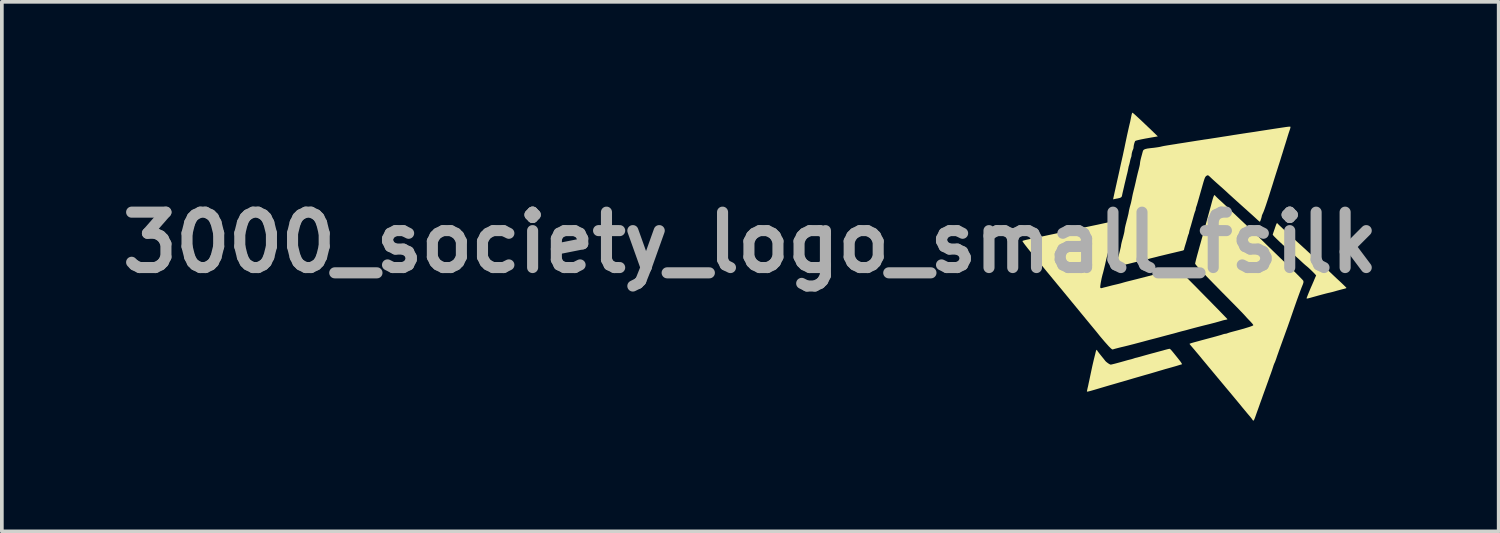
<source format=kicad_pcb>
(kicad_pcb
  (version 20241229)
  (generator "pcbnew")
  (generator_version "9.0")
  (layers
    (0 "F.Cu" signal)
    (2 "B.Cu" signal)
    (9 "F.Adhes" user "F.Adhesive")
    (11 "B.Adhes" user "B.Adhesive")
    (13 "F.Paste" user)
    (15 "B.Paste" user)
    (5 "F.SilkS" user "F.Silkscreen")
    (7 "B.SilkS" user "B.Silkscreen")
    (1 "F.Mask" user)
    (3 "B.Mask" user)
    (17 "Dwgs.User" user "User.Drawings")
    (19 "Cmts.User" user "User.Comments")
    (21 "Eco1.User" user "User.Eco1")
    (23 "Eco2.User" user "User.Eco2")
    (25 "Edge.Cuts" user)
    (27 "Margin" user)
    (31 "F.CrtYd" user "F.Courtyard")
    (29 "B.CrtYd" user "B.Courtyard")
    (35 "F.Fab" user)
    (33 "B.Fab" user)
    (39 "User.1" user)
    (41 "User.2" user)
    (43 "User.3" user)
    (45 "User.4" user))
  (footprint "3000_society_logo_small_fsilk"
    (layer "F.Cu")
    (at 28.774 4.156)
    (property "Reference" "3000_society_logo_small_fsilk" (at -11.51 -0.64 0) (layer "F.Fab") (effects (font (size 1.5 1.5) (thickness 0.3))))
    (attr board_only exclude_from_pos_files exclude_from_bom)
    (fp_poly (pts (xy -1.148 -4.146) (xy -1.115 -4.119) (xy -1.066 -4.075) (xy -1.002 -4.016) (xy -0.924 -3.944) (xy -0.835 -3.859) (xy -0.735 -3.764) (xy -0.626 -3.66) (xy -0.585 -3.62) (xy -0.474 -3.513) (xy -0.522 -3.505) (xy -0.683 -3.477) (xy -0.818 -3.453) (xy -0.925 -3.432) (xy -1.005 -3.414) (xy -1.059 -3.4) (xy -1.086 -3.389) (xy -1.089 -3.385) (xy -1.108 -3.338) (xy -1.122 -3.284) (xy -1.13 -3.237) (xy -1.13 -3.229) (xy -1.134 -3.192) (xy -1.142 -3.168) (xy -1.162 -3.119) (xy -1.178 -3.062) (xy -1.185 -3.014) (xy -1.185 -3.008) (xy -1.19 -2.97) (xy -1.198 -2.946) (xy -1.207 -2.92) (xy -1.219 -2.877) (xy -1.227 -2.839) (xy -1.238 -2.79) (xy -1.249 -2.748) (xy -1.255 -2.728) (xy -1.265 -2.695) (xy -1.273 -2.653) (xy -1.273 -2.652) (xy -1.28 -2.616) (xy -1.291 -2.563) (xy -1.305 -2.503) (xy -1.31 -2.486) (xy -1.326 -2.42) (xy -1.345 -2.339) (xy -1.365 -2.257) (xy -1.375 -2.216) (xy -1.39 -2.148) (xy -1.405 -2.084) (xy -1.417 -2.033) (xy -1.423 -2.008) (xy -1.434 -1.959) (xy -1.443 -1.913) (xy -1.444 -1.908) (xy -1.453 -1.881) (xy -1.472 -1.861) (xy -1.506 -1.846) (xy -1.561 -1.833) (xy -1.592 -1.828) (xy -1.631 -1.82) (xy -1.661 -1.813) (xy -1.664 -1.811) (xy -1.682 -1.81) (xy -1.684 -1.814) (xy -1.681 -1.829) (xy -1.673 -1.868) (xy -1.66 -1.927) (xy -1.644 -2.002) (xy -1.624 -2.09) (xy -1.603 -2.187) (xy -1.601 -2.193) (xy -1.579 -2.294) (xy -1.557 -2.39) (xy -1.538 -2.476) (xy -1.522 -2.548) (xy -1.51 -2.602) (xy -1.504 -2.631) (xy -1.496 -2.669) (xy -1.483 -2.728) (xy -1.467 -2.8) (xy -1.449 -2.878) (xy -1.441 -2.915) (xy -1.42 -3.007) (xy -1.399 -3.107) (xy -1.378 -3.204) (xy -1.361 -3.287) (xy -1.358 -3.302) (xy -1.308 -3.539) (xy -1.26 -3.754) (xy -1.239 -3.844) (xy -1.222 -3.914) (xy -1.207 -3.988) (xy -1.194 -4.053) (xy -1.193 -4.059) (xy -1.183 -4.106) (xy -1.172 -4.141) (xy -1.163 -4.155) (xy -1.162 -4.156)) (stroke (width 0) (type solid)) (fill yes) (layer "F.SilkS"))
    (fp_poly (pts (xy 2.76 -1.163) (xy 2.768 -1.154) (xy 2.784 -1.137) (xy 2.816 -1.105) (xy 2.858 -1.065) (xy 2.895 -1.03) (xy 2.928 -1) (xy 2.961 -0.968) (xy 2.998 -0.934) (xy 3.041 -0.895) (xy 3.091 -0.849) (xy 3.151 -0.794) (xy 3.223 -0.728) (xy 3.31 -0.648) (xy 3.415 -0.553) (xy 3.476 -0.497) (xy 3.544 -0.435) (xy 3.615 -0.369) (xy 3.682 -0.306) (xy 3.739 -0.254) (xy 3.753 -0.24) (xy 3.807 -0.19) (xy 3.86 -0.14) (xy 3.906 -0.099) (xy 3.927 -0.08) (xy 3.96 -0.05) (xy 4.007 -0.007) (xy 4.063 0.046) (xy 4.122 0.101) (xy 4.134 0.113) (xy 4.198 0.173) (xy 4.274 0.245) (xy 4.354 0.321) (xy 4.431 0.392) (xy 4.457 0.416) (xy 4.514 0.47) (xy 4.564 0.518) (xy 4.603 0.556) (xy 4.627 0.582) (xy 4.634 0.591) (xy 4.621 0.599) (xy 4.589 0.609) (xy 4.554 0.618) (xy 4.502 0.631) (xy 4.435 0.649) (xy 4.368 0.667) (xy 4.356 0.671) (xy 4.296 0.688) (xy 4.24 0.703) (xy 4.198 0.713) (xy 4.19 0.715) (xy 4.136 0.727) (xy 4.06 0.746) (xy 3.97 0.77) (xy 3.87 0.797) (xy 3.767 0.826) (xy 3.726 0.837) (xy 3.653 0.858) (xy 3.602 0.871) (xy 3.571 0.877) (xy 3.556 0.876) (xy 3.553 0.872) (xy 3.558 0.855) (xy 3.572 0.819) (xy 3.592 0.767) (xy 3.617 0.706) (xy 3.644 0.641) (xy 3.671 0.577) (xy 3.697 0.519) (xy 3.705 0.501) (xy 3.724 0.456) (xy 3.741 0.418) (xy 3.747 0.404) (xy 3.761 0.369) (xy 3.779 0.327) (xy 3.796 0.288) (xy 3.809 0.261) (xy 3.812 0.255) (xy 3.804 0.242) (xy 3.781 0.215) (xy 3.745 0.178) (xy 3.701 0.134) (xy 3.654 0.089) (xy 3.607 0.045) (xy 3.564 0.008) (xy 3.548 -0.005) (xy 3.519 -0.029) (xy 3.477 -0.066) (xy 3.428 -0.111) (xy 3.393 -0.144) (xy 3.342 -0.191) (xy 3.277 -0.25) (xy 3.206 -0.315) (xy 3.135 -0.378) (xy 3.11 -0.4) (xy 2.998 -0.499) (xy 2.899 -0.589) (xy 2.814 -0.669) (xy 2.744 -0.736) (xy 2.69 -0.789) (xy 2.654 -0.828) (xy 2.638 -0.851) (xy 2.637 -0.855) (xy 2.643 -0.874) (xy 2.656 -0.914) (xy 2.674 -0.966) (xy 2.688 -1.006) (xy 2.712 -1.076) (xy 2.729 -1.124) (xy 2.742 -1.152) (xy 2.751 -1.164)) (stroke (width 0) (type solid)) (fill yes) (layer "F.SilkS"))
    (fp_poly (pts (xy -0.147 2.241) (xy -0.133 2.252) (xy -0.111 2.274) (xy -0.081 2.309) (xy -0.04 2.359) (xy 0.014 2.426) (xy 0.083 2.512) (xy 0.086 2.516) (xy 0.133 2.576) (xy 0.162 2.618) (xy 0.177 2.644) (xy 0.178 2.657) (xy 0.171 2.661) (xy 0.152 2.665) (xy 0.118 2.675) (xy 0.105 2.679) (xy 0.054 2.695) (xy 0.001 2.711) (xy -0.067 2.73) (xy -0.086 2.736) (xy -0.137 2.75) (xy -0.189 2.765) (xy -0.19 2.765) (xy -0.237 2.778) (xy -0.281 2.79) (xy -0.283 2.791) (xy -0.311 2.799) (xy -0.36 2.814) (xy -0.423 2.832) (xy -0.494 2.853) (xy -0.519 2.861) (xy -0.601 2.885) (xy -0.685 2.91) (xy -0.763 2.932) (xy -0.824 2.949) (xy -0.831 2.951) (xy -0.889 2.968) (xy -0.965 2.99) (xy -1.049 3.014) (xy -1.132 3.038) (xy -1.142 3.041) (xy -1.223 3.065) (xy -1.284 3.083) (xy -1.333 3.098) (xy -1.377 3.11) (xy -1.423 3.124) (xy -1.48 3.14) (xy -1.516 3.15) (xy -1.556 3.162) (xy -1.618 3.18) (xy -1.697 3.203) (xy -1.788 3.229) (xy -1.886 3.258) (xy -1.974 3.284) (xy -2.092 3.319) (xy -2.186 3.347) (xy -2.259 3.368) (xy -2.313 3.383) (xy -2.35 3.392) (xy -2.375 3.397) (xy -2.389 3.397) (xy -2.394 3.392) (xy -2.394 3.385) (xy -2.392 3.374) (xy -2.389 3.365) (xy -2.381 3.324) (xy -2.37 3.277) (xy -2.368 3.27) (xy -2.36 3.235) (xy -2.349 3.18) (xy -2.334 3.113) (xy -2.319 3.041) (xy -2.319 3.041) (xy -2.29 2.903) (xy -2.266 2.79) (xy -2.246 2.697) (xy -2.229 2.623) (xy -2.215 2.564) (xy -2.204 2.516) (xy -2.198 2.494) (xy -2.183 2.433) (xy -2.167 2.37) (xy -2.16 2.338) (xy -2.149 2.298) (xy -2.138 2.271) (xy -2.132 2.265) (xy -2.119 2.276) (xy -2.119 2.278) (xy -2.111 2.293) (xy -2.088 2.325) (xy -2.055 2.368) (xy -2.015 2.418) (xy -1.974 2.469) (xy -1.938 2.513) (xy -1.912 2.546) (xy -1.901 2.561) (xy -1.88 2.584) (xy -1.846 2.612) (xy -1.808 2.639) (xy -1.773 2.659) (xy -1.752 2.667) (xy -1.732 2.664) (xy -1.69 2.654) (xy -1.633 2.64) (xy -1.566 2.622) (xy -1.495 2.603) (xy -1.424 2.583) (xy -1.36 2.565) (xy -1.336 2.558) (xy -1.298 2.547) (xy -1.247 2.534) (xy -1.226 2.529) (xy -1.179 2.517) (xy -1.141 2.505) (xy -1.129 2.501) (xy -1.092 2.488) (xy -1.066 2.482) (xy -1.028 2.473) (xy -0.985 2.461) (xy -0.983 2.461) (xy -0.919 2.443) (xy -0.856 2.425) (xy -0.785 2.405) (xy -0.702 2.382) (xy -0.599 2.354) (xy -0.581 2.35) (xy -0.502 2.328) (xy -0.417 2.305) (xy -0.338 2.284) (xy -0.297 2.272) (xy -0.241 2.257) (xy -0.194 2.245) (xy -0.163 2.239) (xy -0.156 2.238)) (stroke (width 0) (type solid)) (fill yes) (layer "F.SilkS"))
    (fp_poly (pts (xy 1.075 -1.917) (xy 1.076 -1.912) (xy 1.086 -1.899) (xy 1.113 -1.872) (xy 1.152 -1.834) (xy 1.2 -1.789) (xy 1.205 -1.786) (xy 1.266 -1.73) (xy 1.338 -1.663) (xy 1.412 -1.594) (xy 1.478 -1.53) (xy 1.533 -1.478) (xy 1.602 -1.412) (xy 1.681 -1.337) (xy 1.763 -1.259) (xy 1.844 -1.183) (xy 1.866 -1.162) (xy 1.951 -1.082) (xy 2.048 -0.989) (xy 2.15 -0.891) (xy 2.251 -0.794) (xy 2.343 -0.704) (xy 2.365 -0.683) (xy 2.435 -0.614) (xy 2.521 -0.53) (xy 2.619 -0.436) (xy 2.724 -0.334) (xy 2.832 -0.229) (xy 2.94 -0.126) (xy 3.037 -0.033) (xy 3.127 0.054) (xy 3.211 0.135) (xy 3.286 0.21) (xy 3.351 0.275) (xy 3.404 0.329) (xy 3.442 0.369) (xy 3.462 0.393) (xy 3.466 0.398) (xy 3.47 0.433) (xy 3.458 0.479) (xy 3.454 0.49) (xy 3.422 0.569) (xy 3.383 0.671) (xy 3.339 0.791) (xy 3.29 0.926) (xy 3.239 1.071) (xy 3.196 1.194) (xy 3.163 1.29) (xy 3.13 1.385) (xy 3.1 1.473) (xy 3.073 1.549) (xy 3.053 1.606) (xy 3.047 1.624) (xy 2.989 1.783) (xy 2.94 1.919) (xy 2.898 2.035) (xy 2.863 2.132) (xy 2.833 2.215) (xy 2.808 2.284) (xy 2.787 2.345) (xy 2.768 2.398) (xy 2.751 2.447) (xy 2.737 2.49) (xy 2.717 2.546) (xy 2.7 2.592) (xy 2.687 2.621) (xy 2.683 2.628) (xy 2.674 2.649) (xy 2.66 2.686) (xy 2.652 2.712) (xy 2.639 2.752) (xy 2.62 2.81) (xy 2.596 2.879) (xy 2.57 2.951) (xy 2.569 2.954) (xy 2.548 3.01) (xy 2.521 3.088) (xy 2.487 3.182) (xy 2.449 3.288) (xy 2.408 3.401) (xy 2.366 3.517) (xy 2.345 3.578) (xy 2.305 3.687) (xy 2.268 3.792) (xy 2.233 3.889) (xy 2.203 3.972) (xy 2.179 4.04) (xy 2.162 4.088) (xy 2.155 4.108) (xy 2.135 4.157) (xy 2.119 4.181) (xy 2.105 4.183) (xy 2.09 4.163) (xy 2.088 4.159) (xy 2.071 4.134) (xy 2.042 4.097) (xy 2.015 4.064) (xy 1.983 4.027) (xy 1.939 3.975) (xy 1.889 3.915) (xy 1.839 3.854) (xy 1.838 3.854) (xy 1.784 3.788) (xy 1.727 3.718) (xy 1.673 3.653) (xy 1.634 3.606) (xy 1.585 3.547) (xy 1.531 3.482) (xy 1.483 3.424) (xy 1.472 3.411) (xy 1.37 3.29) (xy 1.257 3.154) (xy 1.138 3.012) (xy 1.021 2.871) (xy 0.909 2.737) (xy 0.814 2.622) (xy 0.733 2.525) (xy 0.666 2.443) (xy 0.61 2.376) (xy 0.564 2.322) (xy 0.527 2.277) (xy 0.497 2.242) (xy 0.472 2.213) (xy 0.452 2.189) (xy 0.419 2.151) (xy 0.395 2.121) (xy 0.384 2.106) (xy 0.384 2.105) (xy 0.388 2.101) (xy 0.403 2.095) (xy 0.43 2.085) (xy 0.474 2.072) (xy 0.535 2.055) (xy 0.617 2.033) (xy 0.722 2.004) (xy 0.771 1.991) (xy 0.86 1.967) (xy 0.942 1.945) (xy 1.014 1.926) (xy 1.071 1.91) (xy 1.106 1.901) (xy 1.111 1.899) (xy 1.161 1.885) (xy 1.21 1.871) (xy 1.215 1.87) (xy 1.258 1.857) (xy 1.294 1.844) (xy 1.295 1.844) (xy 1.332 1.834) (xy 1.354 1.832) (xy 1.391 1.825) (xy 1.406 1.819) (xy 1.43 1.81) (xy 1.473 1.796) (xy 1.526 1.781) (xy 1.541 1.777) (xy 1.681 1.74) (xy 1.805 1.706) (xy 1.91 1.675) (xy 1.995 1.649) (xy 2.058 1.627) (xy 2.098 1.61) (xy 2.112 1.599) (xy 2.105 1.584) (xy 2.082 1.554) (xy 2.047 1.515) (xy 2.023 1.489) (xy 1.976 1.441) (xy 1.931 1.393) (xy 1.896 1.353) (xy 1.885 1.342) (xy 1.866 1.32) (xy 1.83 1.282) (xy 1.779 1.229) (xy 1.715 1.163) (xy 1.642 1.088) (xy 1.56 1.005) (xy 1.474 0.918) (xy 1.449 0.892) (xy 1.28 0.722) (xy 1.131 0.57) (xy 1 0.436) (xy 0.887 0.32) (xy 0.791 0.221) (xy 0.711 0.137) (xy 0.647 0.068) (xy 0.598 0.014) (xy 0.564 -0.026) (xy 0.543 -0.053) (xy 0.536 -0.068) (xy 0.536 -0.068) (xy 0.54 -0.091) (xy 0.551 -0.138) (xy 0.568 -0.206) (xy 0.591 -0.293) (xy 0.62 -0.397) (xy 0.652 -0.515) (xy 0.674 -0.593) (xy 0.683 -0.624) (xy 0.697 -0.675) (xy 0.715 -0.74) (xy 0.736 -0.814) (xy 0.744 -0.843) (xy 0.765 -0.918) (xy 0.784 -0.987) (xy 0.8 -1.044) (xy 0.811 -1.083) (xy 0.813 -1.092) (xy 0.83 -1.154) (xy 0.852 -1.234) (xy 0.877 -1.325) (xy 0.904 -1.422) (xy 0.931 -1.52) (xy 0.957 -1.613) (xy 0.979 -1.696) (xy 0.997 -1.762) (xy 1.008 -1.802) (xy 1.026 -1.86) (xy 1.042 -1.902) (xy 1.056 -1.922) (xy 1.059 -1.924)) (stroke (width 0) (type solid)) (fill yes) (layer "F.SilkS"))
    (fp_poly (pts (xy -1.626 -1.215) (xy -1.63 -1.192) (xy -1.639 -1.156) (xy -1.647 -1.131) (xy -1.654 -1.105) (xy -1.663 -1.065) (xy -1.665 -1.055) (xy -1.674 -1.015) (xy -1.687 -0.958) (xy -1.702 -0.898) (xy -1.704 -0.889) (xy -1.733 -0.767) (xy -1.76 -0.659) (xy -1.781 -0.566) (xy -1.798 -0.493) (xy -1.808 -0.442) (xy -1.812 -0.425) (xy -1.819 -0.386) (xy -1.827 -0.357) (xy -1.827 -0.355) (xy -1.834 -0.332) (xy -1.845 -0.289) (xy -1.859 -0.232) (xy -1.875 -0.168) (xy -1.889 -0.104) (xy -1.899 -0.058) (xy -1.912 -0.003) (xy -1.928 0.064) (xy -1.945 0.132) (xy -1.96 0.191) (xy -1.969 0.22) (xy -1.982 0.271) (xy -1.997 0.334) (xy -2.01 0.4) (xy -2.022 0.464) (xy -2.03 0.52) (xy -2.034 0.561) (xy -2.034 0.58) (xy -2.017 0.597) (xy -1.993 0.595) (xy -1.963 0.586) (xy -1.918 0.574) (xy -1.879 0.565) (xy -1.825 0.551) (xy -1.774 0.538) (xy -1.748 0.531) (xy -1.709 0.521) (xy -1.655 0.508) (xy -1.602 0.496) (xy -1.548 0.483) (xy -1.501 0.471) (xy -1.47 0.463) (xy -1.413 0.446) (xy -1.33 0.423) (xy -1.235 0.399) (xy -1.189 0.388) (xy -1.123 0.371) (xy -1.046 0.352) (xy -0.965 0.331) (xy -0.937 0.324) (xy -0.758 0.278) (xy -0.604 0.238) (xy -0.473 0.204) (xy -0.363 0.176) (xy -0.272 0.153) (xy -0.197 0.134) (xy -0.138 0.119) (xy -0.092 0.107) (xy -0.056 0.098) (xy -0.03 0.092) (xy -0.011 0.087) (xy 0.003 0.084) (xy 0.014 0.082) (xy 0.024 0.08) (xy 0.033 0.079) (xy 0.042 0.078) (xy 0.052 0.081) (xy 0.066 0.087) (xy 0.083 0.099) (xy 0.106 0.118) (xy 0.137 0.145) (xy 0.176 0.181) (xy 0.225 0.228) (xy 0.285 0.288) (xy 0.358 0.361) (xy 0.446 0.45) (xy 0.55 0.554) (xy 0.67 0.677) (xy 0.743 0.751) (xy 0.855 0.865) (xy 0.962 0.973) (xy 1.06 1.074) (xy 1.15 1.165) (xy 1.229 1.247) (xy 1.296 1.316) (xy 1.349 1.371) (xy 1.387 1.41) (xy 1.408 1.433) (xy 1.412 1.437) (xy 1.4 1.444) (xy 1.369 1.452) (xy 1.36 1.453) (xy 1.315 1.462) (xy 1.276 1.472) (xy 1.273 1.473) (xy 1.238 1.484) (xy 1.192 1.497) (xy 1.176 1.502) (xy 1.128 1.515) (xy 1.083 1.528) (xy 1.072 1.531) (xy 1.037 1.54) (xy 0.986 1.553) (xy 0.941 1.565) (xy 0.864 1.584) (xy 0.778 1.605) (xy 0.688 1.628) (xy 0.598 1.651) (xy 0.514 1.673) (xy 0.44 1.693) (xy 0.38 1.709) (xy 0.341 1.72) (xy 0.331 1.723) (xy 0.283 1.736) (xy 0.232 1.749) (xy 0.227 1.75) (xy 0.175 1.763) (xy 0.123 1.777) (xy 0.12 1.778) (xy 0.068 1.792) (xy 0.017 1.807) (xy 0.016 1.807) (xy -0.034 1.821) (xy -0.083 1.834) (xy -0.085 1.834) (xy -0.134 1.847) (xy -0.182 1.86) (xy -0.218 1.869) (xy -0.277 1.885) (xy -0.356 1.906) (xy -0.449 1.931) (xy -0.555 1.959) (xy -0.668 1.988) (xy -0.688 1.993) (xy -0.755 2.011) (xy -0.825 2.03) (xy -0.883 2.046) (xy -0.895 2.049) (xy -0.959 2.066) (xy -1.035 2.086) (xy -1.117 2.108) (xy -1.2 2.129) (xy -1.277 2.149) (xy -1.342 2.165) (xy -1.391 2.177) (xy -1.408 2.181) (xy -1.46 2.193) (xy -1.521 2.208) (xy -1.582 2.224) (xy -1.636 2.238) (xy -1.676 2.25) (xy -1.693 2.256) (xy -1.713 2.252) (xy -1.746 2.227) (xy -1.792 2.181) (xy -1.797 2.177) (xy -1.915 2.045) (xy -2.036 1.902) (xy -2.074 1.855) (xy -2.105 1.816) (xy -2.148 1.763) (xy -2.197 1.704) (xy -2.24 1.652) (xy -2.294 1.587) (xy -2.357 1.51) (xy -2.422 1.432) (xy -2.474 1.368) (xy -2.556 1.269) (xy -2.622 1.188) (xy -2.675 1.124) (xy -2.717 1.073) (xy -2.749 1.033) (xy -2.775 1.002) (xy -2.797 0.976) (xy -2.815 0.954) (xy -2.848 0.914) (xy -2.89 0.862) (xy -2.932 0.811) (xy -2.936 0.807) (xy -2.967 0.768) (xy -3.013 0.713) (xy -3.067 0.647) (xy -3.127 0.575) (xy -3.188 0.501) (xy -3.192 0.497) (xy -3.253 0.422) (xy -3.315 0.348) (xy -3.371 0.279) (xy -3.419 0.221) (xy -3.454 0.179) (xy -3.455 0.178) (xy -3.543 0.07) (xy -3.624 -0.029) (xy -3.695 -0.117) (xy -3.755 -0.189) (xy -3.801 -0.245) (xy -3.817 -0.264) (xy -3.88 -0.339) (xy -3.941 -0.413) (xy -3.998 -0.484) (xy -4.049 -0.549) (xy -4.091 -0.604) (xy -4.121 -0.647) (xy -4.138 -0.673) (xy -4.141 -0.68) (xy -4.126 -0.688) (xy -4.09 -0.699) (xy -4.038 -0.712) (xy -3.985 -0.724) (xy -3.916 -0.738) (xy -3.829 -0.756) (xy -3.734 -0.776) (xy -3.64 -0.796) (xy -3.604 -0.804) (xy -3.52 -0.822) (xy -3.436 -0.84) (xy -3.361 -0.856) (xy -3.302 -0.868) (xy -3.279 -0.873) (xy -3.229 -0.884) (xy -3.16 -0.899) (xy -3.081 -0.916) (xy -2.999 -0.933) (xy -2.981 -0.937) (xy -2.892 -0.957) (xy -2.795 -0.977) (xy -2.702 -0.997) (xy -2.625 -1.013) (xy -2.621 -1.014) (xy -2.543 -1.03) (xy -2.467 -1.046) (xy -2.389 -1.063) (xy -2.304 -1.081) (xy -2.209 -1.101) (xy -2.099 -1.124) (xy -1.971 -1.152) (xy -1.819 -1.185) (xy -1.817 -1.185) (xy -1.756 -1.199) (xy -1.703 -1.211) (xy -1.665 -1.22) (xy -1.653 -1.223) (xy -1.632 -1.227)) (stroke (width 0) (type solid)) (fill yes) (layer "F.SilkS"))
    (fp_poly (pts (xy 3.106 -3.777) (xy 3.114 -3.775) (xy 3.117 -3.772) (xy 3.117 -3.767) (xy 3.117 -3.761) (xy 3.117 -3.761) (xy 3.112 -3.734) (xy 3.101 -3.695) (xy 3.097 -3.686) (xy 3.085 -3.651) (xy 3.067 -3.597) (xy 3.047 -3.534) (xy 3.033 -3.488) (xy 3.012 -3.419) (xy 2.991 -3.351) (xy 2.973 -3.293) (xy 2.964 -3.267) (xy 2.95 -3.22) (xy 2.93 -3.157) (xy 2.909 -3.087) (xy 2.896 -3.045) (xy 2.875 -2.98) (xy 2.85 -2.897) (xy 2.821 -2.805) (xy 2.791 -2.713) (xy 2.778 -2.671) (xy 2.748 -2.577) (xy 2.715 -2.474) (xy 2.683 -2.372) (xy 2.655 -2.283) (xy 2.647 -2.255) (xy 2.591 -2.078) (xy 2.541 -1.92) (xy 2.496 -1.782) (xy 2.457 -1.664) (xy 2.424 -1.568) (xy 2.398 -1.497) (xy 2.379 -1.45) (xy 2.373 -1.438) (xy 2.355 -1.399) (xy 2.343 -1.369) (xy 2.341 -1.36) (xy 2.337 -1.335) (xy 2.327 -1.298) (xy 2.314 -1.258) (xy 2.301 -1.223) (xy 2.291 -1.204) (xy 2.288 -1.202) (xy 2.274 -1.211) (xy 2.246 -1.234) (xy 2.216 -1.261) (xy 2.186 -1.289) (xy 2.14 -1.331) (xy 2.082 -1.384) (xy 2.016 -1.443) (xy 1.948 -1.504) (xy 1.946 -1.506) (xy 1.831 -1.609) (xy 1.734 -1.696) (xy 1.653 -1.769) (xy 1.584 -1.831) (xy 1.526 -1.884) (xy 1.475 -1.93) (xy 1.429 -1.972) (xy 1.407 -1.993) (xy 1.355 -2.041) (xy 1.291 -2.099) (xy 1.224 -2.158) (xy 1.177 -2.2) (xy 1.117 -2.253) (xy 1.055 -2.309) (xy 1 -2.359) (xy 0.965 -2.392) (xy 0.925 -2.43) (xy 0.899 -2.452) (xy 0.881 -2.46) (xy 0.864 -2.457) (xy 0.847 -2.448) (xy 0.833 -2.439) (xy 0.821 -2.426) (xy 0.808 -2.407) (xy 0.795 -2.379) (xy 0.78 -2.337) (xy 0.762 -2.279) (xy 0.74 -2.202) (xy 0.712 -2.103) (xy 0.7 -2.061) (xy 0.665 -1.938) (xy 0.637 -1.839) (xy 0.615 -1.762) (xy 0.598 -1.703) (xy 0.585 -1.659) (xy 0.575 -1.629) (xy 0.567 -1.608) (xy 0.566 -1.607) (xy 0.556 -1.57) (xy 0.553 -1.547) (xy 0.546 -1.511) (xy 0.54 -1.496) (xy 0.53 -1.472) (xy 0.516 -1.429) (xy 0.5 -1.376) (xy 0.498 -1.368) (xy 0.469 -1.264) (xy 0.445 -1.18) (xy 0.425 -1.109) (xy 0.406 -1.045) (xy 0.4 -1.026) (xy 0.386 -0.978) (xy 0.376 -0.938) (xy 0.373 -0.918) (xy 0.367 -0.888) (xy 0.361 -0.873) (xy 0.349 -0.845) (xy 0.336 -0.803) (xy 0.331 -0.786) (xy 0.312 -0.717) (xy 0.295 -0.658) (xy 0.275 -0.593) (xy 0.262 -0.552) (xy 0.248 -0.504) (xy 0.238 -0.465) (xy 0.235 -0.445) (xy 0.223 -0.431) (xy 0.193 -0.419) (xy 0.19 -0.419) (xy 0.16 -0.412) (xy 0.109 -0.4) (xy 0.042 -0.384) (xy -0.037 -0.365) (xy -0.123 -0.345) (xy -0.21 -0.324) (xy -0.293 -0.304) (xy -0.367 -0.286) (xy -0.426 -0.272) (xy -0.467 -0.262) (xy -0.476 -0.259) (xy -0.527 -0.246) (xy -0.579 -0.233) (xy -0.58 -0.233) (xy -0.677 -0.209) (xy -0.754 -0.188) (xy -0.799 -0.175) (xy -0.839 -0.166) (xy -0.872 -0.163) (xy -0.908 -0.157) (xy -0.926 -0.15) (xy -0.945 -0.144) (xy -0.987 -0.133) (xy -1.045 -0.117) (xy -1.116 -0.1) (xy -1.195 -0.08) (xy -1.277 -0.06) (xy -1.356 -0.042) (xy -1.428 -0.025) (xy -1.489 -0.011) (xy -1.533 -0.002) (xy -1.536 -0.001) (xy -1.581 0.007) (xy -1.581 -0.07) (xy -1.578 -0.12) (xy -1.573 -0.162) (xy -1.568 -0.179) (xy -1.556 -0.213) (xy -1.541 -0.264) (xy -1.524 -0.325) (xy -1.507 -0.391) (xy -1.492 -0.455) (xy -1.479 -0.509) (xy -1.471 -0.548) (xy -1.47 -0.562) (xy -1.466 -0.587) (xy -1.456 -0.633) (xy -1.441 -0.692) (xy -1.422 -0.759) (xy -1.421 -0.762) (xy -1.403 -0.831) (xy -1.387 -0.895) (xy -1.377 -0.947) (xy -1.373 -0.98) (xy -1.373 -0.98) (xy -1.369 -1.011) (xy -1.359 -1.063) (xy -1.344 -1.127) (xy -1.325 -1.198) (xy -1.323 -1.209) (xy -1.303 -1.283) (xy -1.285 -1.356) (xy -1.27 -1.418) (xy -1.262 -1.463) (xy -1.262 -1.465) (xy -1.252 -1.518) (xy -1.237 -1.583) (xy -1.22 -1.645) (xy -1.202 -1.71) (xy -1.187 -1.778) (xy -1.176 -1.832) (xy -1.166 -1.885) (xy -1.152 -1.953) (xy -1.135 -2.022) (xy -1.131 -2.04) (xy -1.113 -2.111) (xy -1.095 -2.185) (xy -1.08 -2.25) (xy -1.077 -2.262) (xy -1.046 -2.402) (xy -1.017 -2.523) (xy -0.988 -2.633) (xy -0.986 -2.642) (xy -0.972 -2.698) (xy -0.961 -2.75) (xy -0.957 -2.786) (xy -0.957 -2.788) (xy -0.953 -2.821) (xy -0.943 -2.872) (xy -0.929 -2.93) (xy -0.924 -2.948) (xy -0.908 -3.007) (xy -0.894 -3.059) (xy -0.884 -3.096) (xy -0.882 -3.104) (xy -0.871 -3.133) (xy -0.849 -3.155) (xy -0.812 -3.171) (xy -0.757 -3.184) (xy -0.68 -3.194) (xy -0.652 -3.197) (xy -0.578 -3.205) (xy -0.505 -3.215) (xy -0.442 -3.225) (xy -0.41 -3.231) (xy -0.381 -3.238) (xy -0.356 -3.244) (xy -0.331 -3.249) (xy -0.302 -3.255) (xy -0.266 -3.261) (xy -0.219 -3.269) (xy -0.156 -3.279) (xy -0.075 -3.292) (xy 0.028 -3.308) (xy 0.061 -3.314) (xy 0.23 -3.34) (xy 0.374 -3.363) (xy 0.495 -3.382) (xy 0.594 -3.398) (xy 0.675 -3.41) (xy 0.739 -3.42) (xy 0.788 -3.428) (xy 0.825 -3.433) (xy 0.83 -3.434) (xy 0.868 -3.439) (xy 0.927 -3.448) (xy 1.002 -3.46) (xy 1.088 -3.473) (xy 1.178 -3.487) (xy 1.184 -3.488) (xy 1.284 -3.504) (xy 1.389 -3.52) (xy 1.491 -3.536) (xy 1.581 -3.551) (xy 1.641 -3.56) (xy 1.717 -3.572) (xy 1.79 -3.583) (xy 1.853 -3.593) (xy 1.897 -3.599) (xy 1.897 -3.6) (xy 1.959 -3.609) (xy 2.042 -3.621) (xy 2.15 -3.637) (xy 2.282 -3.658) (xy 2.431 -3.681) (xy 2.586 -3.705) (xy 2.716 -3.725) (xy 2.822 -3.741) (xy 2.909 -3.754) (xy 2.976 -3.764) (xy 3.027 -3.771) (xy 3.065 -3.775) (xy 3.09 -3.777)) (stroke (width 0) (type solid)) (fill yes) (layer "F.SilkS")))
  (gr_rect
    (start -3 -3)
    (end 37.529 11.338)
    (stroke (width 0.1) (type default))
    (fill no)
    (layer "Edge.Cuts")))
</source>
